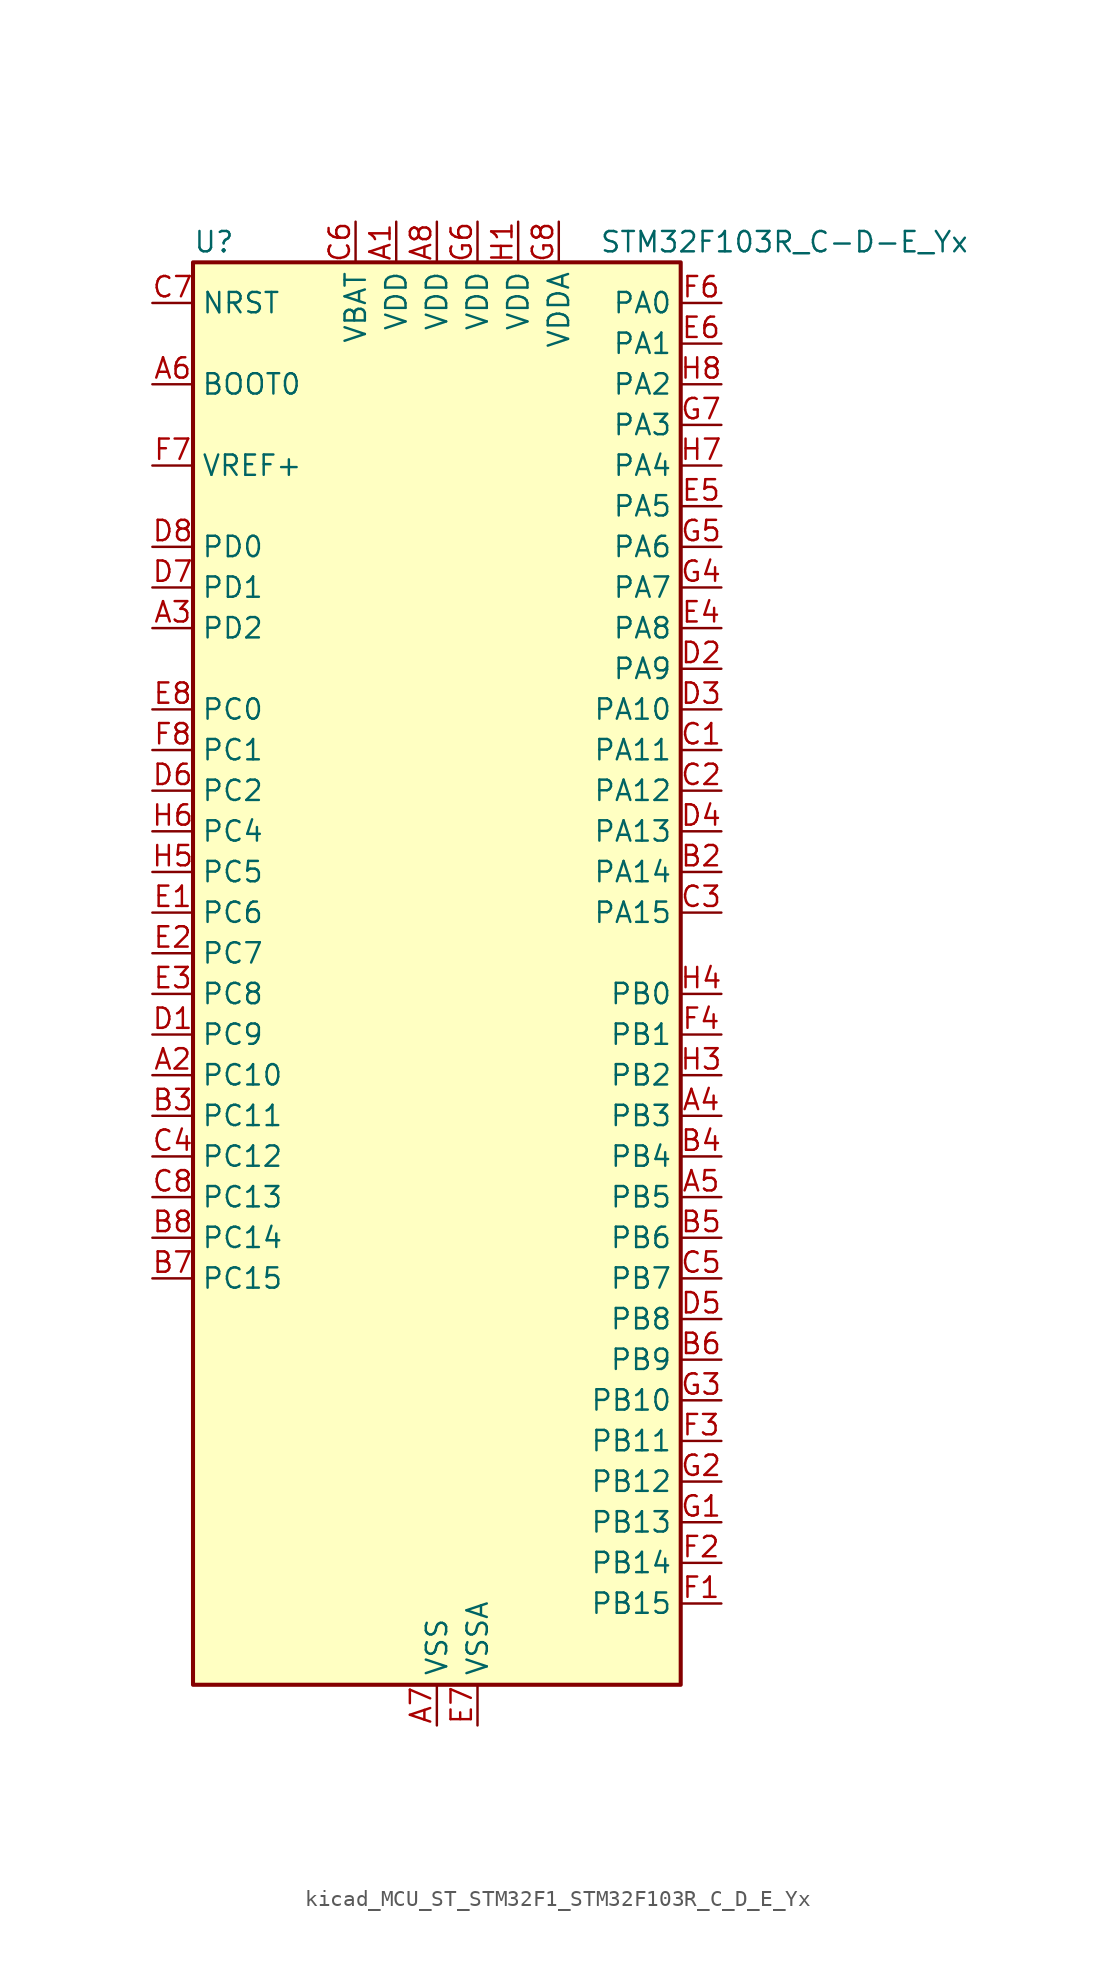
<source format=kicad_sym>
(kicad_symbol_lib
  (version 20220914)
  (generator kicad_symbol_editor)
  (symbol "kicad_MCU_ST_STM32F1_STM32F103R_C_D_E_Yx"
    (property "Reference" "U"
      (at -15.24 46.99 0)
      (effects (font (size 1.27 1.27)) (justify left)))
    (property "Value" "STM32F103R_C-D-E_Yx"
      (at 10.16 46.99 0)
      (effects (font (size 1.27 1.27)) (justify left)))
    (property "ki_locked" ""
      (at 0 0 0)
      (effects (font (size 1.27 1.27))))
    (symbol "kicad_MCU_ST_STM32F1_STM32F103R_C_D_E_Yx_0_1"
      (rectangle (start -15.24 -43.18) (end 15.24 45.72) (stroke (width 0.254) (type default)) (fill (type background))))
    (symbol "kicad_MCU_ST_STM32F1_STM32F103R_C_D_E_Yx_1_1"
      (pin power_in line (at -2.54 48.26 270) (length 2.54) (name "VDD" (effects (font (size 1.27 1.27)))) (number "A1" (effects (font (size 1.27 1.27)))))
      (pin bidirectional line (at -17.78 -5.08 0) (length 2.54) (name "PC10" (effects (font (size 1.27 1.27)))) (number "A2" (effects (font (size 1.27 1.27)))) (alternate "SDIO_D2" bidirectional line) (alternate "UART4_TX" bidirectional line) (alternate "USART3_TX" bidirectional line))
      (pin bidirectional line (at -17.78 22.86 0) (length 2.54) (name "PD2" (effects (font (size 1.27 1.27)))) (number "A3" (effects (font (size 1.27 1.27)))) (alternate "SDIO_CMD" bidirectional line) (alternate "TIM3_ETR" bidirectional line) (alternate "UART5_RX" bidirectional line))
      (pin bidirectional line (at 17.78 -7.62 180) (length 2.54) (name "PB3" (effects (font (size 1.27 1.27)))) (number "A4" (effects (font (size 1.27 1.27)))) (alternate "I2S3_CK" bidirectional line) (alternate "SPI1_SCK" bidirectional line) (alternate "SPI3_SCK" bidirectional line) (alternate "SYS_JTDO-TRACESWO" bidirectional line) (alternate "TIM2_CH2" bidirectional line))
      (pin bidirectional line (at 17.78 -12.7 180) (length 2.54) (name "PB5" (effects (font (size 1.27 1.27)))) (number "A5" (effects (font (size 1.27 1.27)))) (alternate "I2C1_SMBA" bidirectional line) (alternate "I2S3_SD" bidirectional line) (alternate "SPI1_MOSI" bidirectional line) (alternate "SPI3_MOSI" bidirectional line) (alternate "TIM3_CH2" bidirectional line))
      (pin input line (at -17.78 38.1 0) (length 2.54) (name "BOOT0" (effects (font (size 1.27 1.27)))) (number "A6" (effects (font (size 1.27 1.27)))))
      (pin power_in line (at 0 -45.72 90) (length 2.54) (name "VSS" (effects (font (size 1.27 1.27)))) (number "A7" (effects (font (size 1.27 1.27)))))
      (pin power_in line (at 0 48.26 270) (length 2.54) (name "VDD" (effects (font (size 1.27 1.27)))) (number "A8" (effects (font (size 1.27 1.27)))))
      (pin passive line (at 0 -45.72 90) (length 2.54) hide (name "VSS" (effects (font (size 1.27 1.27)))) (number "B1" (effects (font (size 1.27 1.27)))))
      (pin bidirectional line (at 17.78 7.62 180) (length 2.54) (name "PA14" (effects (font (size 1.27 1.27)))) (number "B2" (effects (font (size 1.27 1.27)))) (alternate "SYS_JTCK-SWCLK" bidirectional line))
      (pin bidirectional line (at -17.78 -7.62 0) (length 2.54) (name "PC11" (effects (font (size 1.27 1.27)))) (number "B3" (effects (font (size 1.27 1.27)))) (alternate "ADC1_EXTI11" bidirectional line) (alternate "ADC2_EXTI11" bidirectional line) (alternate "SDIO_D3" bidirectional line) (alternate "UART4_RX" bidirectional line) (alternate "USART3_RX" bidirectional line))
      (pin bidirectional line (at 17.78 -10.16 180) (length 2.54) (name "PB4" (effects (font (size 1.27 1.27)))) (number "B4" (effects (font (size 1.27 1.27)))) (alternate "SPI1_MISO" bidirectional line) (alternate "SPI3_MISO" bidirectional line) (alternate "SYS_NJTRST" bidirectional line) (alternate "TIM3_CH1" bidirectional line))
      (pin bidirectional line (at 17.78 -15.24 180) (length 2.54) (name "PB6" (effects (font (size 1.27 1.27)))) (number "B5" (effects (font (size 1.27 1.27)))) (alternate "I2C1_SCL" bidirectional line) (alternate "TIM4_CH1" bidirectional line) (alternate "USART1_TX" bidirectional line))
      (pin bidirectional line (at 17.78 -22.86 180) (length 2.54) (name "PB9" (effects (font (size 1.27 1.27)))) (number "B6" (effects (font (size 1.27 1.27)))) (alternate "CAN_TX" bidirectional line) (alternate "DAC_EXTI9" bidirectional line) (alternate "I2C1_SDA" bidirectional line) (alternate "SDIO_D5" bidirectional line) (alternate "TIM4_CH4" bidirectional line))
      (pin bidirectional line (at -17.78 -17.78 0) (length 2.54) (name "PC15" (effects (font (size 1.27 1.27)))) (number "B7" (effects (font (size 1.27 1.27)))) (alternate "ADC1_EXTI15" bidirectional line) (alternate "ADC2_EXTI15" bidirectional line) (alternate "RCC_OSC32_OUT" bidirectional line))
      (pin bidirectional line (at -17.78 -15.24 0) (length 2.54) (name "PC14" (effects (font (size 1.27 1.27)))) (number "B8" (effects (font (size 1.27 1.27)))) (alternate "RCC_OSC32_IN" bidirectional line))
      (pin bidirectional line (at 17.78 15.24 180) (length 2.54) (name "PA11" (effects (font (size 1.27 1.27)))) (number "C1" (effects (font (size 1.27 1.27)))) (alternate "ADC1_EXTI11" bidirectional line) (alternate "ADC2_EXTI11" bidirectional line) (alternate "CAN_RX" bidirectional line) (alternate "TIM1_CH4" bidirectional line) (alternate "USART1_CTS" bidirectional line) (alternate "USB_DM" bidirectional line))
      (pin bidirectional line (at 17.78 12.7 180) (length 2.54) (name "PA12" (effects (font (size 1.27 1.27)))) (number "C2" (effects (font (size 1.27 1.27)))) (alternate "CAN_TX" bidirectional line) (alternate "TIM1_ETR" bidirectional line) (alternate "USART1_RTS" bidirectional line) (alternate "USB_DP" bidirectional line))
      (pin bidirectional line (at 17.78 5.08 180) (length 2.54) (name "PA15" (effects (font (size 1.27 1.27)))) (number "C3" (effects (font (size 1.27 1.27)))) (alternate "ADC1_EXTI15" bidirectional line) (alternate "ADC2_EXTI15" bidirectional line) (alternate "I2S3_WS" bidirectional line) (alternate "SPI1_NSS" bidirectional line) (alternate "SPI3_NSS" bidirectional line) (alternate "SYS_JTDI" bidirectional line) (alternate "TIM2_CH1" bidirectional line) (alternate "TIM2_ETR" bidirectional line))
      (pin bidirectional line (at -17.78 -10.16 0) (length 2.54) (name "PC12" (effects (font (size 1.27 1.27)))) (number "C4" (effects (font (size 1.27 1.27)))) (alternate "SDIO_CK" bidirectional line) (alternate "UART5_TX" bidirectional line) (alternate "USART3_CK" bidirectional line))
      (pin bidirectional line (at 17.78 -17.78 180) (length 2.54) (name "PB7" (effects (font (size 1.27 1.27)))) (number "C5" (effects (font (size 1.27 1.27)))) (alternate "I2C1_SDA" bidirectional line) (alternate "TIM4_CH2" bidirectional line) (alternate "USART1_RX" bidirectional line))
      (pin power_in line (at -5.08 48.26 270) (length 2.54) (name "VBAT" (effects (font (size 1.27 1.27)))) (number "C6" (effects (font (size 1.27 1.27)))))
      (pin input line (at -17.78 43.18 0) (length 2.54) (name "NRST" (effects (font (size 1.27 1.27)))) (number "C7" (effects (font (size 1.27 1.27)))))
      (pin bidirectional line (at -17.78 -12.7 0) (length 2.54) (name "PC13" (effects (font (size 1.27 1.27)))) (number "C8" (effects (font (size 1.27 1.27)))) (alternate "RTC_OUT" bidirectional line) (alternate "RTC_TAMPER" bidirectional line))
      (pin bidirectional line (at -17.78 -2.54 0) (length 2.54) (name "PC9" (effects (font (size 1.27 1.27)))) (number "D1" (effects (font (size 1.27 1.27)))) (alternate "DAC_EXTI9" bidirectional line) (alternate "SDIO_D1" bidirectional line) (alternate "TIM3_CH4" bidirectional line) (alternate "TIM8_CH4" bidirectional line))
      (pin bidirectional line (at 17.78 20.32 180) (length 2.54) (name "PA9" (effects (font (size 1.27 1.27)))) (number "D2" (effects (font (size 1.27 1.27)))) (alternate "DAC_EXTI9" bidirectional line) (alternate "TIM1_CH2" bidirectional line) (alternate "USART1_TX" bidirectional line))
      (pin bidirectional line (at 17.78 17.78 180) (length 2.54) (name "PA10" (effects (font (size 1.27 1.27)))) (number "D3" (effects (font (size 1.27 1.27)))) (alternate "TIM1_CH3" bidirectional line) (alternate "USART1_RX" bidirectional line))
      (pin bidirectional line (at 17.78 10.16 180) (length 2.54) (name "PA13" (effects (font (size 1.27 1.27)))) (number "D4" (effects (font (size 1.27 1.27)))) (alternate "SYS_JTMS-SWDIO" bidirectional line))
      (pin bidirectional line (at 17.78 -20.32 180) (length 2.54) (name "PB8" (effects (font (size 1.27 1.27)))) (number "D5" (effects (font (size 1.27 1.27)))) (alternate "CAN_RX" bidirectional line) (alternate "I2C1_SCL" bidirectional line) (alternate "SDIO_D4" bidirectional line) (alternate "TIM4_CH3" bidirectional line))
      (pin bidirectional line (at -17.78 12.7 0) (length 2.54) (name "PC2" (effects (font (size 1.27 1.27)))) (number "D6" (effects (font (size 1.27 1.27)))) (alternate "ADC1_IN12" bidirectional line) (alternate "ADC2_IN12" bidirectional line) (alternate "ADC3_IN12" bidirectional line))
      (pin bidirectional line (at -17.78 25.4 0) (length 2.54) (name "PD1" (effects (font (size 1.27 1.27)))) (number "D7" (effects (font (size 1.27 1.27)))) (alternate "RCC_OSC_OUT" bidirectional line))
      (pin bidirectional line (at -17.78 27.94 0) (length 2.54) (name "PD0" (effects (font (size 1.27 1.27)))) (number "D8" (effects (font (size 1.27 1.27)))) (alternate "RCC_OSC_IN" bidirectional line))
      (pin bidirectional line (at -17.78 5.08 0) (length 2.54) (name "PC6" (effects (font (size 1.27 1.27)))) (number "E1" (effects (font (size 1.27 1.27)))) (alternate "I2S2_MCK" bidirectional line) (alternate "SDIO_D6" bidirectional line) (alternate "TIM3_CH1" bidirectional line) (alternate "TIM8_CH1" bidirectional line))
      (pin bidirectional line (at -17.78 2.54 0) (length 2.54) (name "PC7" (effects (font (size 1.27 1.27)))) (number "E2" (effects (font (size 1.27 1.27)))) (alternate "I2S3_MCK" bidirectional line) (alternate "SDIO_D7" bidirectional line) (alternate "TIM3_CH2" bidirectional line) (alternate "TIM8_CH2" bidirectional line))
      (pin bidirectional line (at -17.78 0 0) (length 2.54) (name "PC8" (effects (font (size 1.27 1.27)))) (number "E3" (effects (font (size 1.27 1.27)))) (alternate "SDIO_D0" bidirectional line) (alternate "TIM3_CH3" bidirectional line) (alternate "TIM8_CH3" bidirectional line))
      (pin bidirectional line (at 17.78 22.86 180) (length 2.54) (name "PA8" (effects (font (size 1.27 1.27)))) (number "E4" (effects (font (size 1.27 1.27)))) (alternate "RCC_MCO" bidirectional line) (alternate "TIM1_CH1" bidirectional line) (alternate "USART1_CK" bidirectional line))
      (pin bidirectional line (at 17.78 30.48 180) (length 2.54) (name "PA5" (effects (font (size 1.27 1.27)))) (number "E5" (effects (font (size 1.27 1.27)))) (alternate "ADC1_IN5" bidirectional line) (alternate "ADC2_IN5" bidirectional line) (alternate "DAC_OUT2" bidirectional line) (alternate "SPI1_SCK" bidirectional line))
      (pin bidirectional line (at 17.78 40.64 180) (length 2.54) (name "PA1" (effects (font (size 1.27 1.27)))) (number "E6" (effects (font (size 1.27 1.27)))) (alternate "ADC1_IN1" bidirectional line) (alternate "ADC2_IN1" bidirectional line) (alternate "ADC3_IN1" bidirectional line) (alternate "TIM2_CH2" bidirectional line) (alternate "TIM5_CH2" bidirectional line) (alternate "USART2_RTS" bidirectional line))
      (pin power_in line (at 2.54 -45.72 90) (length 2.54) (name "VSSA" (effects (font (size 1.27 1.27)))) (number "E7" (effects (font (size 1.27 1.27)))))
      (pin bidirectional line (at -17.78 17.78 0) (length 2.54) (name "PC0" (effects (font (size 1.27 1.27)))) (number "E8" (effects (font (size 1.27 1.27)))) (alternate "ADC1_IN10" bidirectional line) (alternate "ADC2_IN10" bidirectional line) (alternate "ADC3_IN10" bidirectional line))
      (pin bidirectional line (at 17.78 -38.1 180) (length 2.54) (name "PB15" (effects (font (size 1.27 1.27)))) (number "F1" (effects (font (size 1.27 1.27)))) (alternate "ADC1_EXTI15" bidirectional line) (alternate "ADC2_EXTI15" bidirectional line) (alternate "I2S2_SD" bidirectional line) (alternate "SPI2_MOSI" bidirectional line) (alternate "TIM1_CH3N" bidirectional line))
      (pin bidirectional line (at 17.78 -35.56 180) (length 2.54) (name "PB14" (effects (font (size 1.27 1.27)))) (number "F2" (effects (font (size 1.27 1.27)))) (alternate "SPI2_MISO" bidirectional line) (alternate "TIM1_CH2N" bidirectional line) (alternate "USART3_RTS" bidirectional line))
      (pin bidirectional line (at 17.78 -27.94 180) (length 2.54) (name "PB11" (effects (font (size 1.27 1.27)))) (number "F3" (effects (font (size 1.27 1.27)))) (alternate "ADC1_EXTI11" bidirectional line) (alternate "ADC2_EXTI11" bidirectional line) (alternate "I2C2_SDA" bidirectional line) (alternate "TIM2_CH4" bidirectional line) (alternate "USART3_RX" bidirectional line))
      (pin bidirectional line (at 17.78 -2.54 180) (length 2.54) (name "PB1" (effects (font (size 1.27 1.27)))) (number "F4" (effects (font (size 1.27 1.27)))) (alternate "ADC1_IN9" bidirectional line) (alternate "ADC2_IN9" bidirectional line) (alternate "TIM1_CH3N" bidirectional line) (alternate "TIM3_CH4" bidirectional line) (alternate "TIM8_CH3N" bidirectional line))
      (pin passive line (at 0 -45.72 90) (length 2.54) hide (name "VSS" (effects (font (size 1.27 1.27)))) (number "F5" (effects (font (size 1.27 1.27)))))
      (pin bidirectional line (at 17.78 43.18 180) (length 2.54) (name "PA0" (effects (font (size 1.27 1.27)))) (number "F6" (effects (font (size 1.27 1.27)))) (alternate "ADC1_IN0" bidirectional line) (alternate "ADC2_IN0" bidirectional line) (alternate "ADC3_IN0" bidirectional line) (alternate "SYS_WKUP" bidirectional line) (alternate "TIM2_CH1" bidirectional line) (alternate "TIM2_ETR" bidirectional line) (alternate "TIM5_CH1" bidirectional line) (alternate "TIM8_ETR" bidirectional line) (alternate "USART2_CTS" bidirectional line))
      (pin input line (at -17.78 33.02 0) (length 2.54) (name "VREF+" (effects (font (size 1.27 1.27)))) (number "F7" (effects (font (size 1.27 1.27)))))
      (pin bidirectional line (at -17.78 15.24 0) (length 2.54) (name "PC1" (effects (font (size 1.27 1.27)))) (number "F8" (effects (font (size 1.27 1.27)))) (alternate "ADC1_IN11" bidirectional line) (alternate "ADC2_IN11" bidirectional line) (alternate "ADC3_IN11" bidirectional line))
      (pin bidirectional line (at 17.78 -33.02 180) (length 2.54) (name "PB13" (effects (font (size 1.27 1.27)))) (number "G1" (effects (font (size 1.27 1.27)))) (alternate "I2S2_CK" bidirectional line) (alternate "SPI2_SCK" bidirectional line) (alternate "TIM1_CH1N" bidirectional line) (alternate "USART3_CTS" bidirectional line))
      (pin bidirectional line (at 17.78 -30.48 180) (length 2.54) (name "PB12" (effects (font (size 1.27 1.27)))) (number "G2" (effects (font (size 1.27 1.27)))) (alternate "I2C2_SMBA" bidirectional line) (alternate "I2S2_WS" bidirectional line) (alternate "SPI2_NSS" bidirectional line) (alternate "TIM1_BKIN" bidirectional line) (alternate "USART3_CK" bidirectional line))
      (pin bidirectional line (at 17.78 -25.4 180) (length 2.54) (name "PB10" (effects (font (size 1.27 1.27)))) (number "G3" (effects (font (size 1.27 1.27)))) (alternate "I2C2_SCL" bidirectional line) (alternate "TIM2_CH3" bidirectional line) (alternate "USART3_TX" bidirectional line))
      (pin bidirectional line (at 17.78 25.4 180) (length 2.54) (name "PA7" (effects (font (size 1.27 1.27)))) (number "G4" (effects (font (size 1.27 1.27)))) (alternate "ADC1_IN7" bidirectional line) (alternate "ADC2_IN7" bidirectional line) (alternate "SPI1_MOSI" bidirectional line) (alternate "TIM1_CH1N" bidirectional line) (alternate "TIM3_CH2" bidirectional line) (alternate "TIM8_CH1N" bidirectional line))
      (pin bidirectional line (at 17.78 27.94 180) (length 2.54) (name "PA6" (effects (font (size 1.27 1.27)))) (number "G5" (effects (font (size 1.27 1.27)))) (alternate "ADC1_IN6" bidirectional line) (alternate "ADC2_IN6" bidirectional line) (alternate "SPI1_MISO" bidirectional line) (alternate "TIM1_BKIN" bidirectional line) (alternate "TIM3_CH1" bidirectional line) (alternate "TIM8_BKIN" bidirectional line))
      (pin power_in line (at 2.54 48.26 270) (length 2.54) (name "VDD" (effects (font (size 1.27 1.27)))) (number "G6" (effects (font (size 1.27 1.27)))))
      (pin bidirectional line (at 17.78 35.56 180) (length 2.54) (name "PA3" (effects (font (size 1.27 1.27)))) (number "G7" (effects (font (size 1.27 1.27)))) (alternate "ADC1_IN3" bidirectional line) (alternate "ADC2_IN3" bidirectional line) (alternate "ADC3_IN3" bidirectional line) (alternate "TIM2_CH4" bidirectional line) (alternate "TIM5_CH4" bidirectional line) (alternate "USART2_RX" bidirectional line))
      (pin power_in line (at 7.62 48.26 270) (length 2.54) (name "VDDA" (effects (font (size 1.27 1.27)))) (number "G8" (effects (font (size 1.27 1.27)))))
      (pin power_in line (at 5.08 48.26 270) (length 2.54) (name "VDD" (effects (font (size 1.27 1.27)))) (number "H1" (effects (font (size 1.27 1.27)))))
      (pin passive line (at 0 -45.72 90) (length 2.54) hide (name "VSS" (effects (font (size 1.27 1.27)))) (number "H2" (effects (font (size 1.27 1.27)))))
      (pin bidirectional line (at 17.78 -5.08 180) (length 2.54) (name "PB2" (effects (font (size 1.27 1.27)))) (number "H3" (effects (font (size 1.27 1.27)))))
      (pin bidirectional line (at 17.78 0 180) (length 2.54) (name "PB0" (effects (font (size 1.27 1.27)))) (number "H4" (effects (font (size 1.27 1.27)))) (alternate "ADC1_IN8" bidirectional line) (alternate "ADC2_IN8" bidirectional line) (alternate "TIM1_CH2N" bidirectional line) (alternate "TIM3_CH3" bidirectional line) (alternate "TIM8_CH2N" bidirectional line))
      (pin bidirectional line (at -17.78 7.62 0) (length 2.54) (name "PC5" (effects (font (size 1.27 1.27)))) (number "H5" (effects (font (size 1.27 1.27)))) (alternate "ADC1_IN15" bidirectional line) (alternate "ADC2_IN15" bidirectional line))
      (pin bidirectional line (at -17.78 10.16 0) (length 2.54) (name "PC4" (effects (font (size 1.27 1.27)))) (number "H6" (effects (font (size 1.27 1.27)))) (alternate "ADC1_IN14" bidirectional line) (alternate "ADC2_IN14" bidirectional line))
      (pin bidirectional line (at 17.78 33.02 180) (length 2.54) (name "PA4" (effects (font (size 1.27 1.27)))) (number "H7" (effects (font (size 1.27 1.27)))) (alternate "ADC1_IN4" bidirectional line) (alternate "ADC2_IN4" bidirectional line) (alternate "DAC_OUT1" bidirectional line) (alternate "SPI1_NSS" bidirectional line) (alternate "USART2_CK" bidirectional line))
      (pin bidirectional line (at 17.78 38.1 180) (length 2.54) (name "PA2" (effects (font (size 1.27 1.27)))) (number "H8" (effects (font (size 1.27 1.27)))) (alternate "ADC1_IN2" bidirectional line) (alternate "ADC2_IN2" bidirectional line) (alternate "ADC3_IN2" bidirectional line) (alternate "TIM2_CH3" bidirectional line) (alternate "TIM5_CH3" bidirectional line) (alternate "USART2_TX" bidirectional line)))))
</source>
